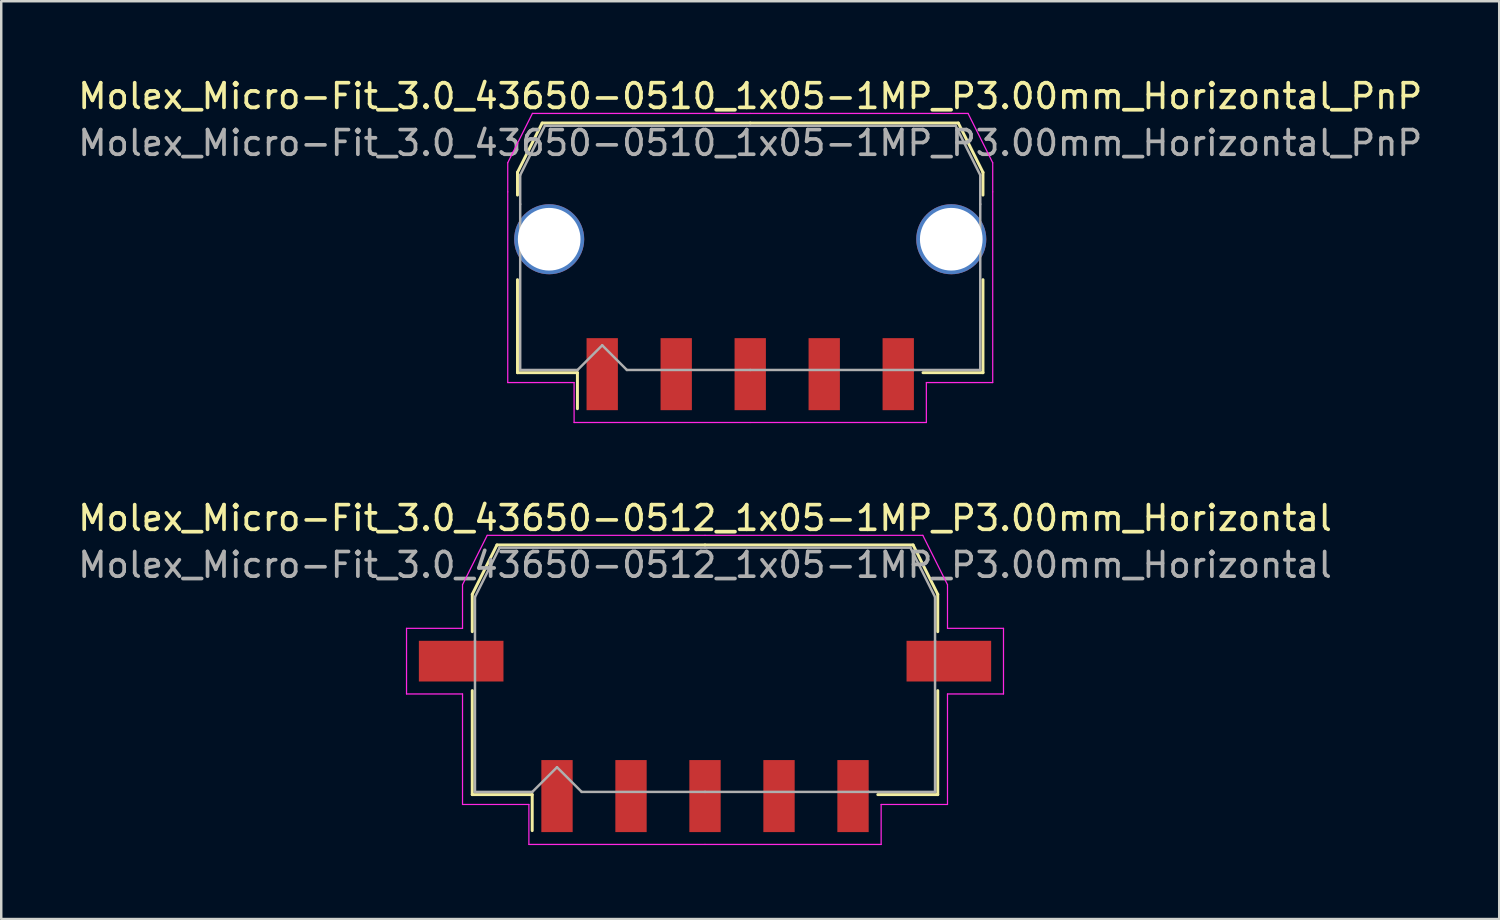
<source format=kicad_pcb>
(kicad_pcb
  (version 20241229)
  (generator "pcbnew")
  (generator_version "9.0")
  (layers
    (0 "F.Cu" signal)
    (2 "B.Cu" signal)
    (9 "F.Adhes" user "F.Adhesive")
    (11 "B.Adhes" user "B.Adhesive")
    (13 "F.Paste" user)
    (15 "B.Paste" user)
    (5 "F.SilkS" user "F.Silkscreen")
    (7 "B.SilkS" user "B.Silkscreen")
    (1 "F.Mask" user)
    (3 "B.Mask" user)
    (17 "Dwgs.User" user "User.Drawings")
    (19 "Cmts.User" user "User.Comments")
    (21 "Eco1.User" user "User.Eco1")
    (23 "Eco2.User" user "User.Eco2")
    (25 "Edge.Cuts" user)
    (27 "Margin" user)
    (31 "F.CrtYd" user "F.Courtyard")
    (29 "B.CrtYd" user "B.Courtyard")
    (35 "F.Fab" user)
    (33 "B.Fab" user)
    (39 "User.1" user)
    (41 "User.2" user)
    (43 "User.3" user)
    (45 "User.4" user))
  (footprint "Molex_Micro-Fit_3.0_43650-0512_1x05-1MP_P3.00mm_Horizontal"
    (layer "F.Cu")
    (at 25.53 24.102)
    (property "Reference" "Molex_Micro-Fit_3.0_43650-0512_1x05-1MP_P3.00mm_Horizontal" (at 0 -6.15 0) (layer "F.SilkS") (effects (font (size 1 1) (thickness 0.15))))
    (attr smd)
    (fp_line (start -9.435 -3.06) (end -9.435 -1.545) (stroke (width 0.12) (type solid)) (layer "F.SilkS"))
    (fp_line (start -9.435 0.845) (end -9.435 5.06) (stroke (width 0.12) (type solid)) (layer "F.SilkS"))
    (fp_line (start -9.435 5.06) (end -7.005 5.06) (stroke (width 0.12) (type solid)) (layer "F.SilkS"))
    (fp_line (start -8.435 -5.06) (end -9.435 -3.06) (stroke (width 0.12) (type solid)) (layer "F.SilkS"))
    (fp_line (start -7.005 5.06) (end -7.005 6.52) (stroke (width 0.12) (type solid)) (layer "F.SilkS"))
    (fp_line (start 0 -5.06) (end -8.435 -5.06) (stroke (width 0.12) (type solid)) (layer "F.SilkS"))
    (fp_line (start 0 -5.06) (end 8.435 -5.06) (stroke (width 0.12) (type solid)) (layer "F.SilkS"))
    (fp_line (start 8.435 -5.06) (end 9.435 -3.06) (stroke (width 0.12) (type solid)) (layer "F.SilkS"))
    (fp_line (start 9.435 -3.06) (end 9.435 -1.545) (stroke (width 0.12) (type solid)) (layer "F.SilkS"))
    (fp_line (start 9.435 0.845) (end 9.435 5.06) (stroke (width 0.12) (type solid)) (layer "F.SilkS"))
    (fp_line (start 9.435 5.06) (end 7.005 5.06) (stroke (width 0.12) (type solid)) (layer "F.SilkS"))
    (fp_line (start -12.1 -1.68) (end -12.1 0.98) (stroke (width 0.05) (type solid)) (layer "F.CrtYd"))
    (fp_line (start -12.1 0.98) (end -9.83 0.98) (stroke (width 0.05) (type solid)) (layer "F.CrtYd"))
    (fp_line (start -9.83 -3.45) (end -9.83 -1.68) (stroke (width 0.05) (type solid)) (layer "F.CrtYd"))
    (fp_line (start -9.83 -1.68) (end -12.1 -1.68) (stroke (width 0.05) (type solid)) (layer "F.CrtYd"))
    (fp_line (start -9.83 0.98) (end -9.83 5.46) (stroke (width 0.05) (type solid)) (layer "F.CrtYd"))
    (fp_line (start -9.83 5.46) (end -7.14 5.46) (stroke (width 0.05) (type solid)) (layer "F.CrtYd"))
    (fp_line (start -8.83 -5.45) (end -9.83 -3.45) (stroke (width 0.05) (type solid)) (layer "F.CrtYd"))
    (fp_line (start -7.14 5.46) (end -7.14 7.08) (stroke (width 0.05) (type solid)) (layer "F.CrtYd"))
    (fp_line (start -7.14 7.08) (end 0 7.08) (stroke (width 0.05) (type solid)) (layer "F.CrtYd"))
    (fp_line (start 0 -5.45) (end -8.83 -5.45) (stroke (width 0.05) (type solid)) (layer "F.CrtYd"))
    (fp_line (start 0 -5.45) (end 8.83 -5.45) (stroke (width 0.05) (type solid)) (layer "F.CrtYd"))
    (fp_line (start 7.14 5.46) (end 7.14 7.08) (stroke (width 0.05) (type solid)) (layer "F.CrtYd"))
    (fp_line (start 7.14 7.08) (end 0 7.08) (stroke (width 0.05) (type solid)) (layer "F.CrtYd"))
    (fp_line (start 8.83 -5.45) (end 9.83 -3.45) (stroke (width 0.05) (type solid)) (layer "F.CrtYd"))
    (fp_line (start 9.83 -3.45) (end 9.83 -1.68) (stroke (width 0.05) (type solid)) (layer "F.CrtYd"))
    (fp_line (start 9.83 -1.68) (end 12.1 -1.68) (stroke (width 0.05) (type solid)) (layer "F.CrtYd"))
    (fp_line (start 9.83 0.98) (end 9.83 5.46) (stroke (width 0.05) (type solid)) (layer "F.CrtYd"))
    (fp_line (start 9.83 5.46) (end 7.14 5.46) (stroke (width 0.05) (type solid)) (layer "F.CrtYd"))
    (fp_line (start 12.1 -1.68) (end 12.1 0.98) (stroke (width 0.05) (type solid)) (layer "F.CrtYd"))
    (fp_line (start 12.1 0.98) (end 9.83 0.98) (stroke (width 0.05) (type solid)) (layer "F.CrtYd"))
    (fp_line (start -9.325 -2.95) (end -9.325 -1.175) (stroke (width 0.1) (type solid)) (layer "F.Fab"))
    (fp_line (start -9.325 -1.175) (end -9.325 4.95) (stroke (width 0.1) (type solid)) (layer "F.Fab"))
    (fp_line (start -9.325 4.95) (end -7 4.95) (stroke (width 0.1) (type solid)) (layer "F.Fab"))
    (fp_line (start -8.325 -4.95) (end -9.325 -2.95) (stroke (width 0.1) (type solid)) (layer "F.Fab"))
    (fp_line (start -7 4.95) (end -6 3.95) (stroke (width 0.1) (type solid)) (layer "F.Fab"))
    (fp_line (start -6 3.95) (end -5 4.95) (stroke (width 0.1) (type solid)) (layer "F.Fab"))
    (fp_line (start -5 4.95) (end 0 4.95) (stroke (width 0.1) (type solid)) (layer "F.Fab"))
    (fp_line (start 0 -4.95) (end -8.325 -4.95) (stroke (width 0.1) (type solid)) (layer "F.Fab"))
    (fp_line (start 0 -4.95) (end 8.325 -4.95) (stroke (width 0.1) (type solid)) (layer "F.Fab"))
    (fp_line (start 6.635 4.95) (end 0 4.95) (stroke (width 0.1) (type solid)) (layer "F.Fab"))
    (fp_line (start 8.325 -4.95) (end 9.325 -2.95) (stroke (width 0.1) (type solid)) (layer "F.Fab"))
    (fp_line (start 9.325 -2.95) (end 9.325 -1.175) (stroke (width 0.1) (type solid)) (layer "F.Fab"))
    (fp_line (start 9.325 -1.175) (end 9.325 4.95) (stroke (width 0.1) (type solid)) (layer "F.Fab"))
    (fp_line (start 9.325 4.95) (end 6.635 4.95) (stroke (width 0.1) (type solid)) (layer "F.Fab"))
    (fp_text user "${REFERENCE}" (at 0 -4.25 0) (layer "F.Fab") (effects (font (size 1 1) (thickness 0.15))))
    (pad "1" smd rect (at -6 5.12) (size 1.27 2.92) (layers "F.Cu" "F.Mask" "F.Paste"))
    (pad "2" smd rect (at -3 5.12) (size 1.27 2.92) (layers "F.Cu" "F.Mask" "F.Paste"))
    (pad "3" smd rect (at 0 5.12) (size 1.27 2.92) (layers "F.Cu" "F.Mask" "F.Paste"))
    (pad "4" smd rect (at 3 5.12) (size 1.27 2.92) (layers "F.Cu" "F.Mask" "F.Paste"))
    (pad "5" smd rect (at 6 5.12) (size 1.27 2.92) (layers "F.Cu" "F.Mask" "F.Paste"))
    (pad "MP" smd rect (at -9.885 -0.35) (size 3.43 1.65) (layers "F.Cu" "F.Mask" "F.Paste"))
    (pad "MP" smd rect (at 9.885 -0.35) (size 3.43 1.65) (layers "F.Cu" "F.Mask" "F.Paste")))
  (footprint "Molex_Micro-Fit_3.0_43650-0510_1x05-1MP_P3.00mm_Horizontal_PnP"
    (layer "F.Cu")
    (at 27.363 6.998)
    (property "Reference" "Molex_Micro-Fit_3.0_43650-0510_1x05-1MP_P3.00mm_Horizontal_PnP" (at 0 -6.15 0) (layer "F.SilkS") (effects (font (size 1 1) (thickness 0.15))))
    (attr smd)
    (fp_line (start -9.435 -3.06) (end -9.435 -2.14) (stroke (width 0.12) (type solid)) (layer "F.SilkS"))
    (fp_line (start -9.435 1.29) (end -9.435 5.06) (stroke (width 0.12) (type solid)) (layer "F.SilkS"))
    (fp_line (start -9.435 5.06) (end -7.005 5.06) (stroke (width 0.12) (type solid)) (layer "F.SilkS"))
    (fp_line (start -8.435 -5.06) (end -9.435 -3.06) (stroke (width 0.12) (type solid)) (layer "F.SilkS"))
    (fp_line (start -7.005 5.06) (end -7.005 6.52) (stroke (width 0.12) (type solid)) (layer "F.SilkS"))
    (fp_line (start 0 -5.06) (end -8.435 -5.06) (stroke (width 0.12) (type solid)) (layer "F.SilkS"))
    (fp_line (start 0 -5.06) (end 8.435 -5.06) (stroke (width 0.12) (type solid)) (layer "F.SilkS"))
    (fp_line (start 8.435 -5.06) (end 9.435 -3.06) (stroke (width 0.12) (type solid)) (layer "F.SilkS"))
    (fp_line (start 9.435 -3.06) (end 9.435 -2.14) (stroke (width 0.12) (type solid)) (layer "F.SilkS"))
    (fp_line (start 9.435 1.29) (end 9.435 5.06) (stroke (width 0.12) (type solid)) (layer "F.SilkS"))
    (fp_line (start 9.435 5.06) (end 7.005 5.06) (stroke (width 0.12) (type solid)) (layer "F.SilkS"))
    (fp_line (start -9.83 -3.45) (end -9.83 -2.27) (stroke (width 0.05) (type solid)) (layer "F.CrtYd"))
    (fp_line (start -9.83 -2.27) (end -9.83 5.46) (stroke (width 0.05) (type solid)) (layer "F.CrtYd"))
    (fp_line (start -9.83 5.46) (end -7.14 5.46) (stroke (width 0.05) (type solid)) (layer "F.CrtYd"))
    (fp_line (start -8.83 -5.45) (end -9.83 -3.45) (stroke (width 0.05) (type solid)) (layer "F.CrtYd"))
    (fp_line (start -7.14 5.46) (end -7.14 7.08) (stroke (width 0.05) (type solid)) (layer "F.CrtYd"))
    (fp_line (start -7.14 7.08) (end 0 7.08) (stroke (width 0.05) (type solid)) (layer "F.CrtYd"))
    (fp_line (start 0 -5.45) (end -8.83 -5.45) (stroke (width 0.05) (type solid)) (layer "F.CrtYd"))
    (fp_line (start 0 -5.45) (end 8.83 -5.45) (stroke (width 0.05) (type solid)) (layer "F.CrtYd"))
    (fp_line (start 7.14 5.46) (end 7.14 7.08) (stroke (width 0.05) (type solid)) (layer "F.CrtYd"))
    (fp_line (start 7.14 7.08) (end 0 7.08) (stroke (width 0.05) (type solid)) (layer "F.CrtYd"))
    (fp_line (start 8.83 -5.45) (end 9.83 -3.45) (stroke (width 0.05) (type solid)) (layer "F.CrtYd"))
    (fp_line (start 9.83 -3.45) (end 9.83 -2.27) (stroke (width 0.05) (type solid)) (layer "F.CrtYd"))
    (fp_line (start 9.83 -2.27) (end 9.83 5.46) (stroke (width 0.05) (type solid)) (layer "F.CrtYd"))
    (fp_line (start 9.83 5.46) (end 7.14 5.46) (stroke (width 0.05) (type solid)) (layer "F.CrtYd"))
    (fp_line (start -9.325 -2.95) (end -9.325 -1.77) (stroke (width 0.1) (type solid)) (layer "F.Fab"))
    (fp_line (start -9.325 -1.77) (end -9.325 4.95) (stroke (width 0.1) (type solid)) (layer "F.Fab"))
    (fp_line (start -9.325 4.95) (end -7 4.95) (stroke (width 0.1) (type solid)) (layer "F.Fab"))
    (fp_line (start -8.325 -4.95) (end -9.325 -2.95) (stroke (width 0.1) (type solid)) (layer "F.Fab"))
    (fp_line (start -7 4.95) (end -6 3.95) (stroke (width 0.1) (type solid)) (layer "F.Fab"))
    (fp_line (start -6 3.95) (end -5 4.95) (stroke (width 0.1) (type solid)) (layer "F.Fab"))
    (fp_line (start -5 4.95) (end 0 4.95) (stroke (width 0.1) (type solid)) (layer "F.Fab"))
    (fp_line (start 0 -4.95) (end -8.325 -4.95) (stroke (width 0.1) (type solid)) (layer "F.Fab"))
    (fp_line (start 0 -4.95) (end 8.325 -4.95) (stroke (width 0.1) (type solid)) (layer "F.Fab"))
    (fp_line (start 6.635 4.95) (end 0 4.95) (stroke (width 0.1) (type solid)) (layer "F.Fab"))
    (fp_line (start 8.325 -4.95) (end 9.325 -2.95) (stroke (width 0.1) (type solid)) (layer "F.Fab"))
    (fp_line (start 9.325 -2.95) (end 9.325 -1.77) (stroke (width 0.1) (type solid)) (layer "F.Fab"))
    (fp_line (start 9.325 -1.77) (end 9.325 4.95) (stroke (width 0.1) (type solid)) (layer "F.Fab"))
    (fp_line (start 9.325 4.95) (end 6.635 4.95) (stroke (width 0.1) (type solid)) (layer "F.Fab"))
    (fp_text user "${REFERENCE}" (at 0 -4.25 0) (layer "F.Fab") (effects (font (size 1 1) (thickness 0.15))))
    (pad "1" smd rect (at -6 5.12) (size 1.27 2.92) (layers "F.Cu" "F.Mask" "F.Paste"))
    (pad "2" smd rect (at -3 5.12) (size 1.27 2.92) (layers "F.Cu" "F.Mask" "F.Paste"))
    (pad "3" smd rect (at 0 5.12) (size 1.27 2.92) (layers "F.Cu" "F.Mask" "F.Paste"))
    (pad "4" smd rect (at 3 5.12) (size 1.27 2.92) (layers "F.Cu" "F.Mask" "F.Paste"))
    (pad "5" smd rect (at 6 5.12) (size 1.27 2.92) (layers "F.Cu" "F.Mask" "F.Paste"))
    (pad "MP" thru_hole circle (at -8.15 -0.35) (size 2.84 2.84) (drill 2.54) (property pad_prop_heatsink) (layers "*.Cu" "*.Mask"))
    (pad "MP" thru_hole circle (at 8.15 -0.35) (size 2.84 2.84) (drill 2.54) (property pad_prop_heatsink) (layers "*.Cu" "*.Mask")))
  (gr_rect
    (start -3 -3)
    (end 57.726 34.206)
    (stroke (width 0.1) (type default))
    (fill no)
    (layer "Edge.Cuts")))
</source>
